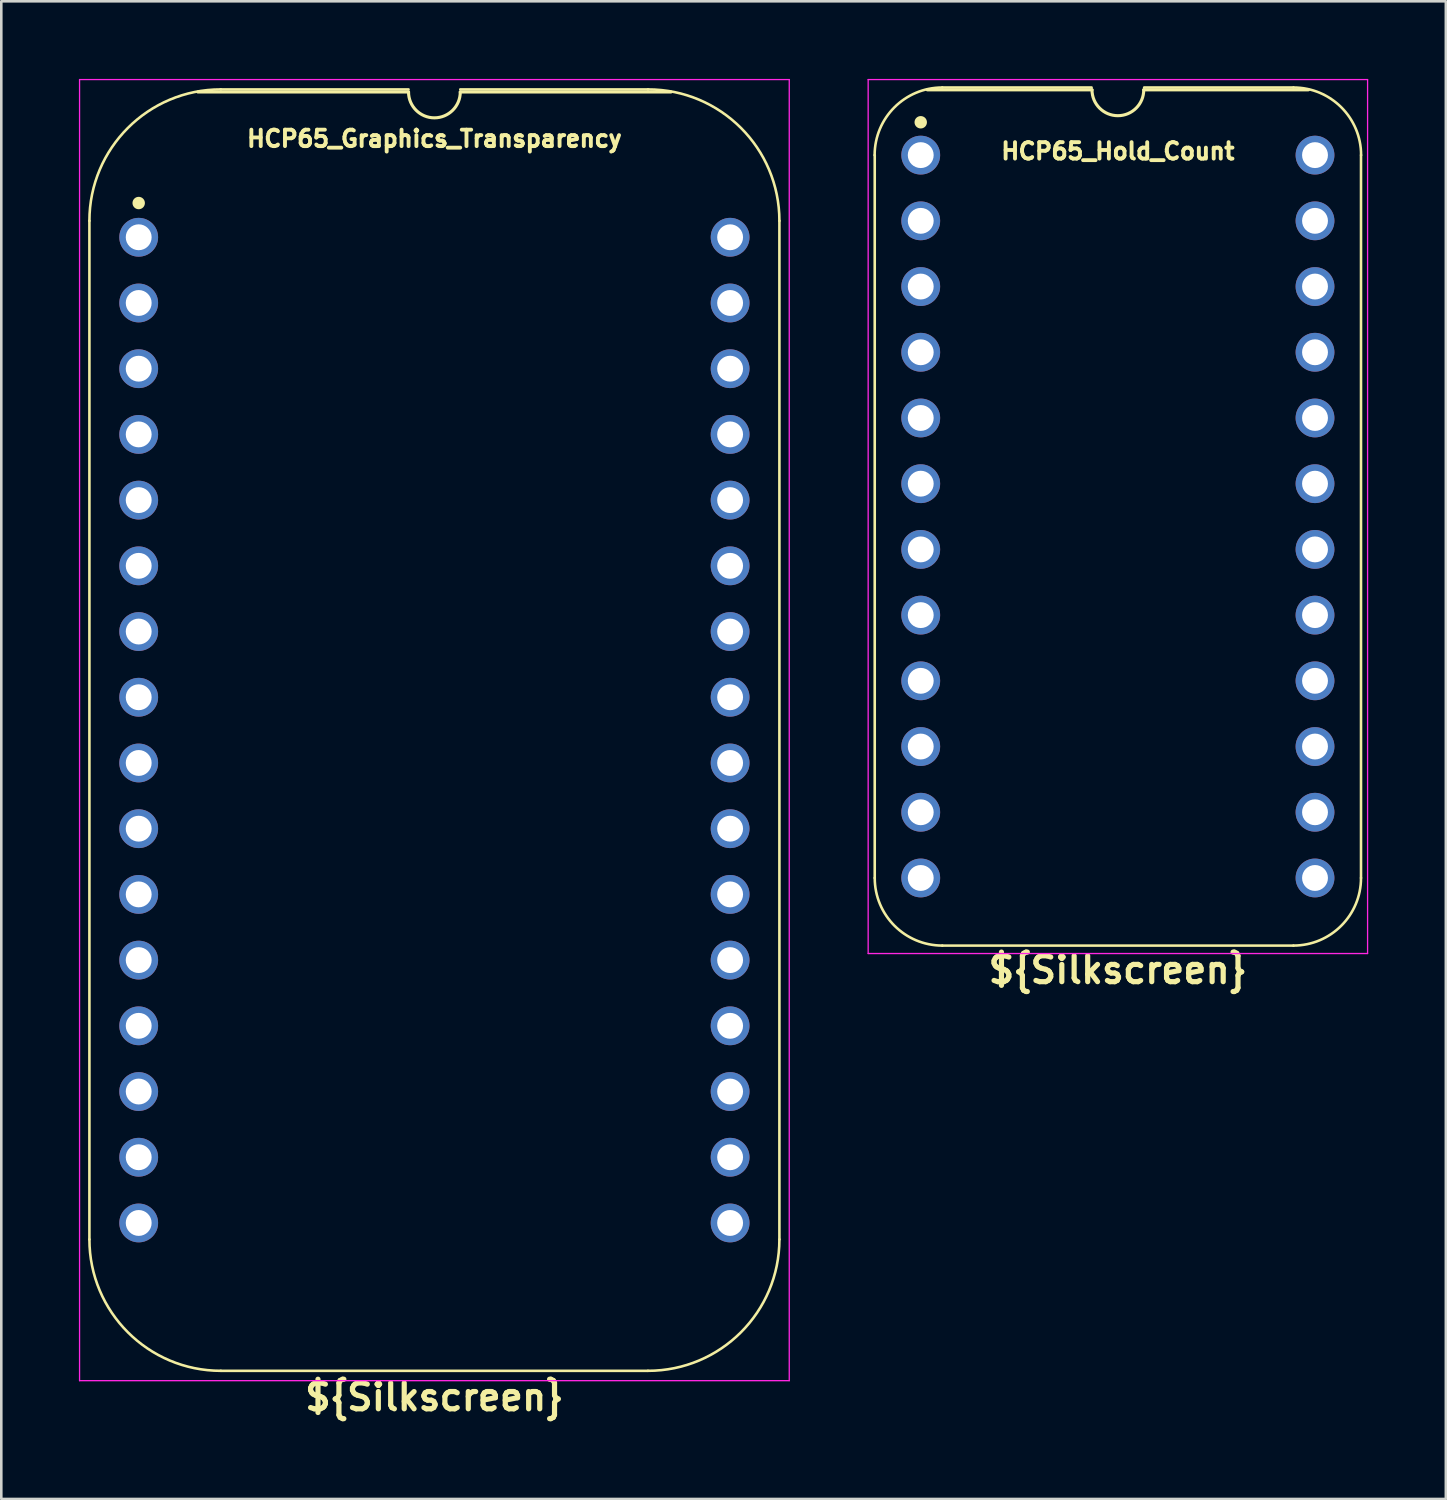
<source format=kicad_pcb>
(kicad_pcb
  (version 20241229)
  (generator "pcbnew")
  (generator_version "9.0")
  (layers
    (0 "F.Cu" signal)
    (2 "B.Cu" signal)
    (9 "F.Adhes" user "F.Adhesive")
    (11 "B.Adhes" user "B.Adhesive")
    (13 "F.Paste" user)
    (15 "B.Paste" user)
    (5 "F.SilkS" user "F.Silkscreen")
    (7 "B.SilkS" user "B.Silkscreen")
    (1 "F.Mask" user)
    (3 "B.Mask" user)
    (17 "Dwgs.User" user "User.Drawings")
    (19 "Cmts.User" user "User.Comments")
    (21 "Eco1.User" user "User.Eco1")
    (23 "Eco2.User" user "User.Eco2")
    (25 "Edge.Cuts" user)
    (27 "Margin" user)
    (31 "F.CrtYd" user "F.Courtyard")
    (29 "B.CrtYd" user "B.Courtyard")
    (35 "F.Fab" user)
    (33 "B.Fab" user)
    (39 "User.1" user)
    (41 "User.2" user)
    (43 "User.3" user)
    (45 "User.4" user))
  (footprint "HCP65_Hold_Count"
    (layer "F.Cu")
    (at 32.539 2.946)
    (property "Reference" "HCP65_Hold_Count" (at 7.62 -0.152 0) (layer "F.SilkS") (effects (font (size 0.635 0.635) (thickness 0.15))))
    (property "Silkscreen" "${Silkscreen}" (at 7.62 31.496 0) (layer "F.SilkS") (effects (font (size 1 1) (thickness 0.2))))
    (attr through_hole)
    (fp_line (start -1.778 27.94) (end -1.778 0) (stroke (width 0.1) (type solid)) (layer "F.SilkS"))
    (fp_line (start 0.832 -2.614) (end 6.604 -2.614) (stroke (width 0.1) (type solid)) (layer "F.SilkS"))
    (fp_line (start 6.62 -2.524) (end 0.254 -2.524) (stroke (width 0.12) (type solid)) (layer "F.SilkS"))
    (fp_line (start 8.636 -2.614) (end 14.408 -2.614) (stroke (width 0.1) (type solid)) (layer "F.SilkS"))
    (fp_line (start 14.404 30.554) (end 0.836 30.554) (stroke (width 0.1) (type solid)) (layer "F.SilkS"))
    (fp_line (start 14.986 -2.524) (end 8.62 -2.524) (stroke (width 0.12) (type solid)) (layer "F.SilkS"))
    (fp_line (start 17.018 27.94) (end 17.018 0) (stroke (width 0.1) (type solid)) (layer "F.SilkS"))
    (fp_arc (start -1.781544 0) (mid -1.016 -1.848188) (end 0.832188 -2.613732) (stroke (width 0.1) (type solid)) (layer "F.SilkS"))
    (fp_arc (start 0.835733 30.553733) (mid -1.012456 29.788189) (end -1.778 27.94) (stroke (width 0.1) (type solid)) (layer "F.SilkS"))
    (fp_arc (start 8.62 -2.524) (mid 7.62 -1.524) (end 6.62 -2.524) (stroke (width 0.12) (type solid)) (layer "F.SilkS"))
    (fp_arc (start 14.407812 -2.613732) (mid 16.256 -1.848188) (end 17.021544 0) (stroke (width 0.1) (type solid)) (layer "F.SilkS"))
    (fp_arc (start 17.018001 27.940001) (mid 16.252456 29.788188) (end 14.404269 30.553733) (stroke (width 0.1) (type solid)) (layer "F.SilkS"))
    (fp_circle (center 0 -1.27) (end 0.18 -1.27) (stroke (width 0.12) (type solid)) (fill yes) (layer "F.SilkS"))
    (fp_line (start -2.032 -2.921) (end -2.032 30.861) (stroke (width 0.05) (type solid)) (layer "F.CrtYd"))
    (fp_line (start -2.032 -2.921) (end 17.272 -2.921) (stroke (width 0.05) (type solid)) (layer "F.CrtYd"))
    (fp_line (start -2.032 30.861) (end 17.272 30.861) (stroke (width 0.05) (type solid)) (layer "F.CrtYd"))
    (fp_line (start 17.272 -2.921) (end 17.272 30.861) (stroke (width 0.05) (type solid)) (layer "F.CrtYd"))
    (pad "1" thru_hole circle (at 0 0) (size 1.5 1.5) (drill 1) (layers "*.Cu" "*.Mask"))
    (pad "2" thru_hole circle (at 0 2.54) (size 1.5 1.5) (drill 1) (layers "*.Cu" "*.Mask"))
    (pad "3" thru_hole circle (at 0 5.08) (size 1.5 1.5) (drill 1) (layers "*.Cu" "*.Mask"))
    (pad "4" thru_hole circle (at 0 7.62) (size 1.5 1.5) (drill 1) (layers "*.Cu" "*.Mask"))
    (pad "5" thru_hole circle (at 0 10.16) (size 1.5 1.5) (drill 1) (layers "*.Cu" "*.Mask"))
    (pad "6" thru_hole circle (at 0 12.7) (size 1.5 1.5) (drill 1) (layers "*.Cu" "*.Mask"))
    (pad "7" thru_hole circle (at 0 15.24) (size 1.5 1.5) (drill 1) (layers "*.Cu" "*.Mask"))
    (pad "8" thru_hole circle (at 0 17.78) (size 1.5 1.5) (drill 1) (layers "*.Cu" "*.Mask"))
    (pad "9" thru_hole circle (at 0 20.32) (size 1.5 1.5) (drill 1) (layers "*.Cu" "*.Mask"))
    (pad "10" thru_hole circle (at 0 22.86) (size 1.5 1.5) (drill 1) (layers "*.Cu" "*.Mask"))
    (pad "11" thru_hole circle (at 0 25.4) (size 1.5 1.5) (drill 1) (layers "*.Cu" "*.Mask"))
    (pad "12" thru_hole circle (at 0 27.94) (size 1.5 1.5) (drill 1) (layers "*.Cu" "*.Mask"))
    (pad "13" thru_hole circle (at 15.24 27.94) (size 1.5 1.5) (drill 1) (layers "*.Cu" "*.Mask"))
    (pad "14" thru_hole circle (at 15.24 25.4) (size 1.5 1.5) (drill 1) (layers "*.Cu" "*.Mask"))
    (pad "15" thru_hole circle (at 15.24 22.86) (size 1.5 1.5) (drill 1) (layers "*.Cu" "*.Mask"))
    (pad "16" thru_hole circle (at 15.24 20.32) (size 1.5 1.5) (drill 1) (layers "*.Cu" "*.Mask"))
    (pad "17" thru_hole circle (at 15.24 17.78) (size 1.5 1.5) (drill 1) (layers "*.Cu" "*.Mask"))
    (pad "18" thru_hole circle (at 15.24 15.24) (size 1.5 1.5) (drill 1) (layers "*.Cu" "*.Mask"))
    (pad "19" thru_hole circle (at 15.24 12.7) (size 1.5 1.5) (drill 1) (layers "*.Cu" "*.Mask"))
    (pad "20" thru_hole circle (at 15.24 10.16) (size 1.5 1.5) (drill 1) (layers "*.Cu" "*.Mask"))
    (pad "21" thru_hole circle (at 15.24 7.62) (size 1.5 1.5) (drill 1) (layers "*.Cu" "*.Mask"))
    (pad "22" thru_hole circle (at 15.24 5.08) (size 1.5 1.5) (drill 1) (layers "*.Cu" "*.Mask"))
    (pad "23" thru_hole circle (at 15.24 2.54) (size 1.5 1.5) (drill 1) (layers "*.Cu" "*.Mask"))
    (pad "24" thru_hole circle (at 15.24 0) (size 1.5 1.5) (drill 1) (layers "*.Cu" "*.Mask")))
  (footprint "HCP65_Graphics_Transparency"
    (layer "F.Cu")
    (at 2.311 6.121)
    (property "Reference" "HCP65_Graphics_Transparency" (at 11.43 -3.81 0) (layer "F.SilkS") (effects (font (size 0.635 0.635) (thickness 0.15))))
    (property "Silkscreen" "${Silkscreen}" (at 11.43 44.831 0) (layer "F.SilkS") (effects (font (size 1 1) (thickness 0.2))))
    (attr through_hole)
    (fp_line (start -1.905 -0.635) (end -1.905 38.735) (stroke (width 0.1) (type solid)) (layer "F.SilkS"))
    (fp_line (start 10.43 -5.715) (end 3.175 -5.715) (stroke (width 0.1) (type solid)) (layer "F.SilkS"))
    (fp_line (start 10.43 -5.616) (end 2.286 -5.616) (stroke (width 0.12) (type solid)) (layer "F.SilkS"))
    (fp_line (start 19.685 -5.715) (end 12.43 -5.715) (stroke (width 0.1) (type solid)) (layer "F.SilkS"))
    (fp_line (start 19.685 43.815) (end 3.175 43.815) (stroke (width 0.1) (type solid)) (layer "F.SilkS"))
    (fp_line (start 20.574 -5.616) (end 12.43 -5.616) (stroke (width 0.12) (type solid)) (layer "F.SilkS"))
    (fp_line (start 24.765 38.735) (end 24.765 -0.635) (stroke (width 0.1) (type solid)) (layer "F.SilkS"))
    (fp_arc (start -1.905 -0.635) (mid -0.417102 -4.227102) (end 3.175 -5.715) (stroke (width 0.1) (type solid)) (layer "F.SilkS"))
    (fp_arc (start 3.175 43.815) (mid -0.417102 42.327102) (end -1.905 38.735) (stroke (width 0.1) (type solid)) (layer "F.SilkS"))
    (fp_arc (start 12.43 -5.616) (mid 11.43 -4.616) (end 10.43 -5.616) (stroke (width 0.12) (type solid)) (layer "F.SilkS"))
    (fp_arc (start 19.685 -5.715) (mid 23.277102 -4.227102) (end 24.765 -0.635) (stroke (width 0.1) (type solid)) (layer "F.SilkS"))
    (fp_arc (start 24.765 38.735) (mid 23.277102 42.327102) (end 19.685 43.815) (stroke (width 0.1) (type solid)) (layer "F.SilkS"))
    (fp_circle (center 0 -1.323) (end 0.18 -1.323) (stroke (width 0.12) (type solid)) (fill yes) (layer "F.SilkS"))
    (fp_line (start -2.286 -6.096) (end -2.286 44.196) (stroke (width 0.05) (type solid)) (layer "F.CrtYd"))
    (fp_line (start -2.286 -6.096) (end 25.146 -6.096) (stroke (width 0.05) (type solid)) (layer "F.CrtYd"))
    (fp_line (start -2.286 44.196) (end 25.146 44.196) (stroke (width 0.05) (type solid)) (layer "F.CrtYd"))
    (fp_line (start 25.146 44.196) (end 25.146 -6.096) (stroke (width 0.05) (type solid)) (layer "F.CrtYd"))
    (pad "1" thru_hole circle (at 0 0) (size 1.5 1.5) (drill 1) (layers "*.Cu" "*.Mask"))
    (pad "2" thru_hole circle (at 0 2.54) (size 1.5 1.5) (drill 1) (layers "*.Cu" "*.Mask"))
    (pad "3" thru_hole circle (at 0 5.08) (size 1.5 1.5) (drill 1) (layers "*.Cu" "*.Mask"))
    (pad "4" thru_hole circle (at 0 7.62) (size 1.5 1.5) (drill 1) (layers "*.Cu" "*.Mask"))
    (pad "5" thru_hole circle (at 0 10.16) (size 1.5 1.5) (drill 1) (layers "*.Cu" "*.Mask"))
    (pad "6" thru_hole circle (at 0 12.7) (size 1.5 1.5) (drill 1) (layers "*.Cu" "*.Mask"))
    (pad "7" thru_hole circle (at 0 15.24) (size 1.5 1.5) (drill 1) (layers "*.Cu" "*.Mask"))
    (pad "8" thru_hole circle (at 0 17.78) (size 1.5 1.5) (drill 1) (layers "*.Cu" "*.Mask"))
    (pad "9" thru_hole circle (at 0 20.32) (size 1.5 1.5) (drill 1) (layers "*.Cu" "*.Mask"))
    (pad "10" thru_hole circle (at 0 22.86) (size 1.5 1.5) (drill 1) (layers "*.Cu" "*.Mask"))
    (pad "11" thru_hole circle (at 0 25.4) (size 1.5 1.5) (drill 1) (layers "*.Cu" "*.Mask"))
    (pad "12" thru_hole circle (at 0 27.94) (size 1.5 1.5) (drill 1) (layers "*.Cu" "*.Mask"))
    (pad "13" thru_hole circle (at 0 30.48) (size 1.5 1.5) (drill 1) (layers "*.Cu" "*.Mask"))
    (pad "14" thru_hole circle (at 0 33.02) (size 1.5 1.5) (drill 1) (layers "*.Cu" "*.Mask"))
    (pad "15" thru_hole circle (at 0 35.56) (size 1.5 1.5) (drill 1) (layers "*.Cu" "*.Mask"))
    (pad "16" thru_hole circle (at 0 38.1) (size 1.5 1.5) (drill 1) (layers "*.Cu" "*.Mask"))
    (pad "17" thru_hole circle (at 22.86 38.1) (size 1.5 1.5) (drill 1) (layers "*.Cu" "*.Mask"))
    (pad "18" thru_hole circle (at 22.86 35.56) (size 1.5 1.5) (drill 1) (layers "*.Cu" "*.Mask"))
    (pad "19" thru_hole circle (at 22.86 33.02) (size 1.5 1.5) (drill 1) (layers "*.Cu" "*.Mask"))
    (pad "20" thru_hole circle (at 22.86 30.48) (size 1.5 1.5) (drill 1) (layers "*.Cu" "*.Mask"))
    (pad "21" thru_hole circle (at 22.86 27.94) (size 1.5 1.5) (drill 1) (layers "*.Cu" "*.Mask"))
    (pad "22" thru_hole circle (at 22.86 25.4) (size 1.5 1.5) (drill 1) (layers "*.Cu" "*.Mask"))
    (pad "23" thru_hole circle (at 22.86 22.86) (size 1.5 1.5) (drill 1) (layers "*.Cu" "*.Mask"))
    (pad "24" thru_hole circle (at 22.86 20.32) (size 1.5 1.5) (drill 1) (layers "*.Cu" "*.Mask"))
    (pad "25" thru_hole circle (at 22.86 17.78) (size 1.5 1.5) (drill 1) (layers "*.Cu" "*.Mask"))
    (pad "26" thru_hole circle (at 22.86 15.24) (size 1.5 1.5) (drill 1) (layers "*.Cu" "*.Mask"))
    (pad "27" thru_hole circle (at 22.86 12.7) (size 1.5 1.5) (drill 1) (layers "*.Cu" "*.Mask"))
    (pad "28" thru_hole circle (at 22.86 10.16) (size 1.5 1.5) (drill 1) (layers "*.Cu" "*.Mask"))
    (pad "29" thru_hole circle (at 22.86 7.62) (size 1.5 1.5) (drill 1) (layers "*.Cu" "*.Mask"))
    (pad "30" thru_hole circle (at 22.86 5.08) (size 1.5 1.5) (drill 1) (layers "*.Cu" "*.Mask"))
    (pad "31" thru_hole circle (at 22.86 2.54) (size 1.5 1.5) (drill 1) (layers "*.Cu" "*.Mask"))
    (pad "32" thru_hole circle (at 22.86 0) (size 1.5 1.5) (drill 1) (layers "*.Cu" "*.Mask")))
  (gr_rect
    (start -3 -3)
    (end 52.836 54.888)
    (stroke (width 0.1) (type default))
    (fill no)
    (layer "Edge.Cuts")))
</source>
